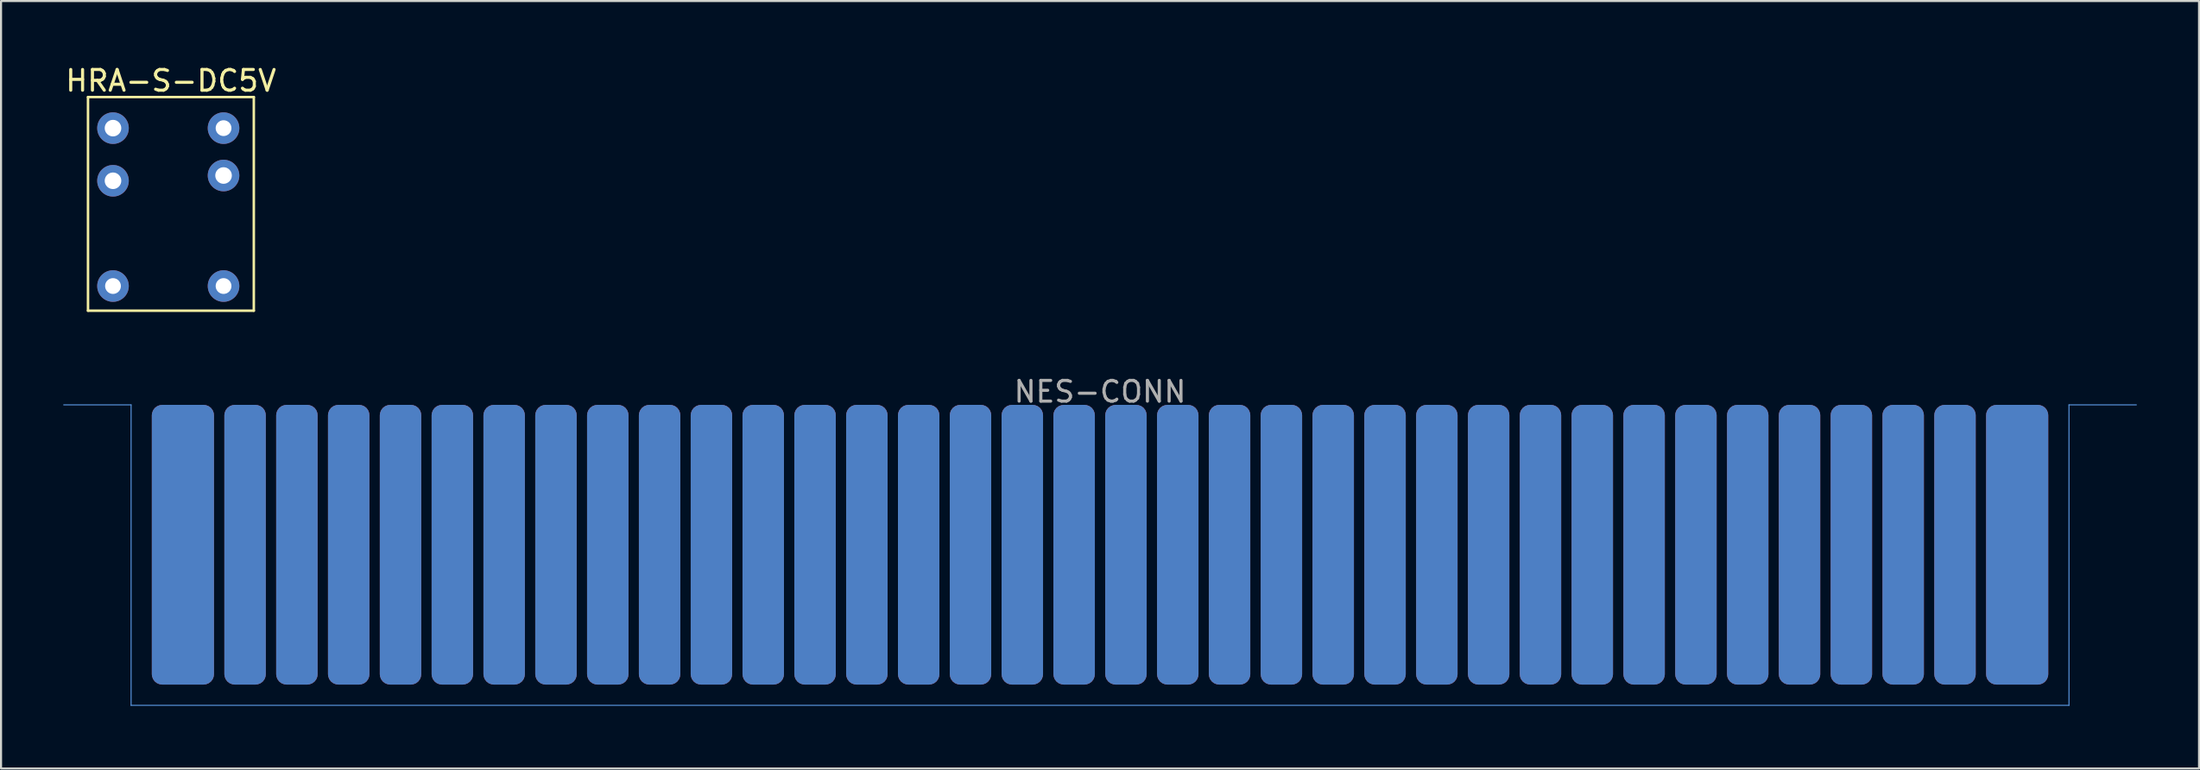
<source format=kicad_pcb>
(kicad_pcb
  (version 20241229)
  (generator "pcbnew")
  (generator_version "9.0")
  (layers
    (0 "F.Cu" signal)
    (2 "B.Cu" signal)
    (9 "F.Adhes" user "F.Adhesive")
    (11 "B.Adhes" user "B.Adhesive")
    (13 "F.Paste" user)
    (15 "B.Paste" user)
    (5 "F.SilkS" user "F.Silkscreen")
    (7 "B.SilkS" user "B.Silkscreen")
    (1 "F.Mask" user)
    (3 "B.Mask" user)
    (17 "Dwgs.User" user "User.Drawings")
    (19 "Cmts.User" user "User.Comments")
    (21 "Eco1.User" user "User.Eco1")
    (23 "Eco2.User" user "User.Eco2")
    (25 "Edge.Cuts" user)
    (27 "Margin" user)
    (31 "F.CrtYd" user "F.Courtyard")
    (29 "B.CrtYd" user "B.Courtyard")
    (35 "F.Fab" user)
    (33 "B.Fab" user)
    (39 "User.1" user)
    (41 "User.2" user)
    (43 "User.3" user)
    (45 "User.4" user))
  (footprint "NES-CONN"
    (layer "F.Cu")
    (at 50.025 16.488)
    (property "Reference" "NES-CONN" (at 0 -0.635 0) (layer "F.Fab") (effects (font (size 1 1) (thickness 0.15))))
    (attr through_hole)
    (fp_poly (pts (xy 46.75 14.5) (xy -46.75 14.5) (xy -46.75 7.25) (xy 46.75 7.25)) (stroke (width 0.1) (type solid)) (fill yes) (layer "F.Mask"))
    (fp_poly (pts (xy 46.75 14.5) (xy -46.75 14.5) (xy -46.75 7.25) (xy 46.75 7.25)) (stroke (width 0.1) (type solid)) (fill yes) (layer "B.Mask"))
    (fp_line (start -46.75 0) (end -50 0) (stroke (width 0.05) (type solid)) (layer "Cmts.User"))
    (fp_line (start -46.75 14.5) (end -46.75 0) (stroke (width 0.05) (type solid)) (layer "Cmts.User"))
    (fp_line (start -46.75 14.5) (end 46.75 14.5) (stroke (width 0.05) (type solid)) (layer "Cmts.User"))
    (fp_line (start 46.75 0) (end 50 0) (stroke (width 0.05) (type solid)) (layer "Cmts.User"))
    (fp_line (start 46.75 14.5) (end 46.75 0) (stroke (width 0.05) (type solid)) (layer "Cmts.User"))
    (pad "1" smd roundrect (at 44.25 6.75) (size 3 13.5) (layers "F.Cu") (roundrect_rratio 0.167))
    (pad "2" smd roundrect (at 41.25 6.75) (size 2 13.5) (layers "F.Cu") (roundrect_rratio 0.25))
    (pad "3" smd roundrect (at 38.75 6.75) (size 2 13.5) (layers "F.Cu") (roundrect_rratio 0.25))
    (pad "4" smd roundrect (at 36.25 6.75) (size 2 13.5) (layers "F.Cu") (roundrect_rratio 0.25))
    (pad "5" smd roundrect (at 33.75 6.75) (size 2 13.5) (layers "F.Cu") (roundrect_rratio 0.25))
    (pad "6" smd roundrect (at 31.25 6.75) (size 2 13.5) (layers "F.Cu") (roundrect_rratio 0.25))
    (pad "7" smd roundrect (at 28.75 6.75) (size 2 13.5) (layers "F.Cu") (roundrect_rratio 0.25))
    (pad "8" smd roundrect (at 26.25 6.75) (size 2 13.5) (layers "F.Cu") (roundrect_rratio 0.25))
    (pad "9" smd roundrect (at 23.75 6.75) (size 2 13.5) (layers "F.Cu") (roundrect_rratio 0.25))
    (pad "10" smd roundrect (at 21.25 6.75) (size 2 13.5) (layers "F.Cu") (roundrect_rratio 0.25))
    (pad "11" smd roundrect (at 18.75 6.75) (size 2 13.5) (layers "F.Cu") (roundrect_rratio 0.25))
    (pad "12" smd roundrect (at 16.25 6.75) (size 2 13.5) (layers "F.Cu") (roundrect_rratio 0.25))
    (pad "13" smd roundrect (at 13.75 6.75) (size 2 13.5) (layers "F.Cu") (roundrect_rratio 0.25))
    (pad "14" smd roundrect (at 11.25 6.75) (size 2 13.5) (layers "F.Cu") (roundrect_rratio 0.25))
    (pad "15" smd roundrect (at 8.75 6.75) (size 2 13.5) (layers "F.Cu") (roundrect_rratio 0.25))
    (pad "16" smd roundrect (at 6.25 6.75) (size 2 13.5) (layers "F.Cu") (roundrect_rratio 0.25))
    (pad "17" smd roundrect (at 3.75 6.75) (size 2 13.5) (layers "F.Cu") (roundrect_rratio 0.25))
    (pad "18" smd roundrect (at 1.25 6.75) (size 2 13.5) (layers "F.Cu") (roundrect_rratio 0.25))
    (pad "19" smd roundrect (at -1.25 6.75) (size 2 13.5) (layers "F.Cu") (roundrect_rratio 0.25))
    (pad "20" smd roundrect (at -3.75 6.75) (size 2 13.5) (layers "F.Cu") (roundrect_rratio 0.25))
    (pad "21" smd roundrect (at -6.25 6.75) (size 2 13.5) (layers "F.Cu") (roundrect_rratio 0.25))
    (pad "22" smd roundrect (at -8.75 6.75) (size 2 13.5) (layers "F.Cu") (roundrect_rratio 0.25))
    (pad "23" smd roundrect (at -11.25 6.75) (size 2 13.5) (layers "F.Cu") (roundrect_rratio 0.25))
    (pad "24" smd roundrect (at -13.75 6.75) (size 2 13.5) (layers "F.Cu") (roundrect_rratio 0.25))
    (pad "25" smd roundrect (at -16.25 6.75) (size 2 13.5) (layers "F.Cu") (roundrect_rratio 0.25))
    (pad "26" smd roundrect (at -18.75 6.75) (size 2 13.5) (layers "F.Cu") (roundrect_rratio 0.25))
    (pad "27" smd roundrect (at -21.25 6.75) (size 2 13.5) (layers "F.Cu") (roundrect_rratio 0.25))
    (pad "28" smd roundrect (at -23.75 6.75) (size 2 13.5) (layers "F.Cu") (roundrect_rratio 0.25))
    (pad "29" smd roundrect (at -26.25 6.75) (size 2 13.5) (layers "F.Cu") (roundrect_rratio 0.25))
    (pad "30" smd roundrect (at -28.75 6.75) (size 2 13.5) (layers "F.Cu") (roundrect_rratio 0.25))
    (pad "31" smd roundrect (at -31.25 6.75) (size 2 13.5) (layers "F.Cu") (roundrect_rratio 0.25))
    (pad "32" smd roundrect (at -33.75 6.75) (size 2 13.5) (layers "F.Cu") (roundrect_rratio 0.25))
    (pad "33" smd roundrect (at -36.25 6.75) (size 2 13.5) (layers "F.Cu") (roundrect_rratio 0.25))
    (pad "34" smd roundrect (at -38.75 6.75) (size 2 13.5) (layers "F.Cu") (roundrect_rratio 0.25))
    (pad "35" smd roundrect (at -41.25 6.75) (size 2 13.5) (layers "F.Cu") (roundrect_rratio 0.25))
    (pad "36" smd roundrect (at -44.25 6.75) (size 3 13.5) (layers "F.Cu") (roundrect_rratio 0.167))
    (pad "37" smd roundrect (at 44.25 6.75) (size 3 13.5) (layers "B.Cu") (roundrect_rratio 0.167))
    (pad "38" smd roundrect (at 41.25 6.75) (size 2 13.5) (layers "B.Cu") (roundrect_rratio 0.25))
    (pad "39" smd roundrect (at 38.75 6.75) (size 2 13.5) (layers "B.Cu") (roundrect_rratio 0.25))
    (pad "40" smd roundrect (at 36.25 6.75) (size 2 13.5) (layers "B.Cu") (roundrect_rratio 0.25))
    (pad "41" smd roundrect (at 33.75 6.75) (size 2 13.5) (layers "B.Cu") (roundrect_rratio 0.25))
    (pad "42" smd roundrect (at 31.25 6.75) (size 2 13.5) (layers "B.Cu") (roundrect_rratio 0.25))
    (pad "43" smd roundrect (at 28.75 6.75) (size 2 13.5) (layers "B.Cu") (roundrect_rratio 0.25))
    (pad "44" smd roundrect (at 26.25 6.75) (size 2 13.5) (layers "B.Cu") (roundrect_rratio 0.25))
    (pad "45" smd roundrect (at 23.75 6.75) (size 2 13.5) (layers "B.Cu") (roundrect_rratio 0.25))
    (pad "46" smd roundrect (at 21.25 6.75) (size 2 13.5) (layers "B.Cu") (roundrect_rratio 0.25))
    (pad "47" smd roundrect (at 18.75 6.75) (size 2 13.5) (layers "B.Cu") (roundrect_rratio 0.25))
    (pad "48" smd roundrect (at 16.25 6.75) (size 2 13.5) (layers "B.Cu") (roundrect_rratio 0.25))
    (pad "49" smd roundrect (at 13.75 6.75) (size 2 13.5) (layers "B.Cu") (roundrect_rratio 0.25))
    (pad "50" smd roundrect (at 11.25 6.75) (size 2 13.5) (layers "B.Cu") (roundrect_rratio 0.25))
    (pad "51" smd roundrect (at 8.75 6.75) (size 2 13.5) (layers "B.Cu") (roundrect_rratio 0.25))
    (pad "52" smd roundrect (at 6.25 6.75) (size 2 13.5) (layers "B.Cu") (roundrect_rratio 0.25))
    (pad "53" smd roundrect (at 3.75 6.75) (size 2 13.5) (layers "B.Cu") (roundrect_rratio 0.25))
    (pad "54" smd roundrect (at 1.25 6.75) (size 2 13.5) (layers "B.Cu") (roundrect_rratio 0.25))
    (pad "55" smd roundrect (at -1.25 6.75) (size 2 13.5) (layers "B.Cu") (roundrect_rratio 0.25))
    (pad "56" smd roundrect (at -3.75 6.75) (size 2 13.5) (layers "B.Cu") (roundrect_rratio 0.25))
    (pad "57" smd roundrect (at -6.25 6.75) (size 2 13.5) (layers "B.Cu") (roundrect_rratio 0.25))
    (pad "58" smd roundrect (at -8.75 6.75) (size 2 13.5) (layers "B.Cu") (roundrect_rratio 0.25))
    (pad "59" smd roundrect (at -11.25 6.75) (size 2 13.5) (layers "B.Cu") (roundrect_rratio 0.25))
    (pad "60" smd roundrect (at -13.75 6.75) (size 2 13.5) (layers "B.Cu") (roundrect_rratio 0.25))
    (pad "61" smd roundrect (at -16.25 6.75) (size 2 13.5) (layers "B.Cu") (roundrect_rratio 0.25))
    (pad "62" smd roundrect (at -18.75 6.75) (size 2 13.5) (layers "B.Cu") (roundrect_rratio 0.25))
    (pad "63" smd roundrect (at -21.25 6.75) (size 2 13.5) (layers "B.Cu") (roundrect_rratio 0.25))
    (pad "64" smd roundrect (at -23.75 6.75) (size 2 13.5) (layers "B.Cu") (roundrect_rratio 0.25))
    (pad "65" smd roundrect (at -26.25 6.75) (size 2 13.5) (layers "B.Cu") (roundrect_rratio 0.25))
    (pad "66" smd roundrect (at -28.75 6.75) (size 2 13.5) (layers "B.Cu") (roundrect_rratio 0.25))
    (pad "67" smd roundrect (at -31.25 6.75) (size 2 13.5) (layers "B.Cu") (roundrect_rratio 0.25))
    (pad "68" smd roundrect (at -33.75 6.75) (size 2 13.5) (layers "B.Cu") (roundrect_rratio 0.25))
    (pad "69" smd roundrect (at -36.25 6.75) (size 2 13.5) (layers "B.Cu") (roundrect_rratio 0.25))
    (pad "70" smd roundrect (at -38.75 6.75) (size 2 13.5) (layers "B.Cu") (roundrect_rratio 0.25))
    (pad "71" smd roundrect (at -41.25 6.75) (size 2 13.5) (layers "B.Cu") (roundrect_rratio 0.25))
    (pad "72" smd roundrect (at -44.25 6.75) (size 3 13.5) (layers "B.Cu") (roundrect_rratio 0.167)))
  (footprint "HRA-S-DC5V"
    (layer "F.Cu")
    (at 5.196 6.944)
    (property "Reference" "HRA-S-DC5V" (at 0 -6.096 0) (layer "F.SilkS") (effects (font (size 1 1) (thickness 0.15))))
    (attr through_hole)
    (fp_line (start -4 -5.31) (end -4 5) (stroke (width 0.12) (type solid)) (layer "F.SilkS"))
    (fp_line (start -4 -5.31) (end 4 -5.31) (stroke (width 0.12) (type solid)) (layer "F.SilkS"))
    (fp_line (start 4 -5.31) (end 4 5) (stroke (width 0.12) (type solid)) (layer "F.SilkS"))
    (fp_line (start 4 5) (end -4 5) (stroke (width 0.12) (type solid)) (layer "F.SilkS"))
    (pad "1" thru_hole circle (at -2.794 3.81) (size 1.524 1.524) (drill 0.762) (layers "*.Cu" "*.Mask"))
    (pad "2" thru_hole circle (at -2.794 -1.27 90) (size 1.524 1.524) (drill 0.8) (layers "*.Cu" "*.Mask"))
    (pad "3" thru_hole circle (at -2.794 -3.81) (size 1.524 1.524) (drill 0.8) (layers "*.Cu" "*.Mask"))
    (pad "4" thru_hole circle (at 2.54 -3.81) (size 1.524 1.524) (drill 0.762) (layers "*.Cu" "*.Mask"))
    (pad "5" thru_hole circle (at 2.54 -1.524) (size 1.524 1.524) (drill 0.8) (layers "*.Cu" "*.Mask"))
    (pad "6" thru_hole circle (at 2.54 3.81) (size 1.524 1.524) (drill 0.762) (layers "*.Cu" "*.Mask")))
  (gr_rect
    (start -3 -3)
    (end 103.05 34.038)
    (stroke (width 0.1) (type default))
    (fill no)
    (layer "Edge.Cuts")))
</source>
